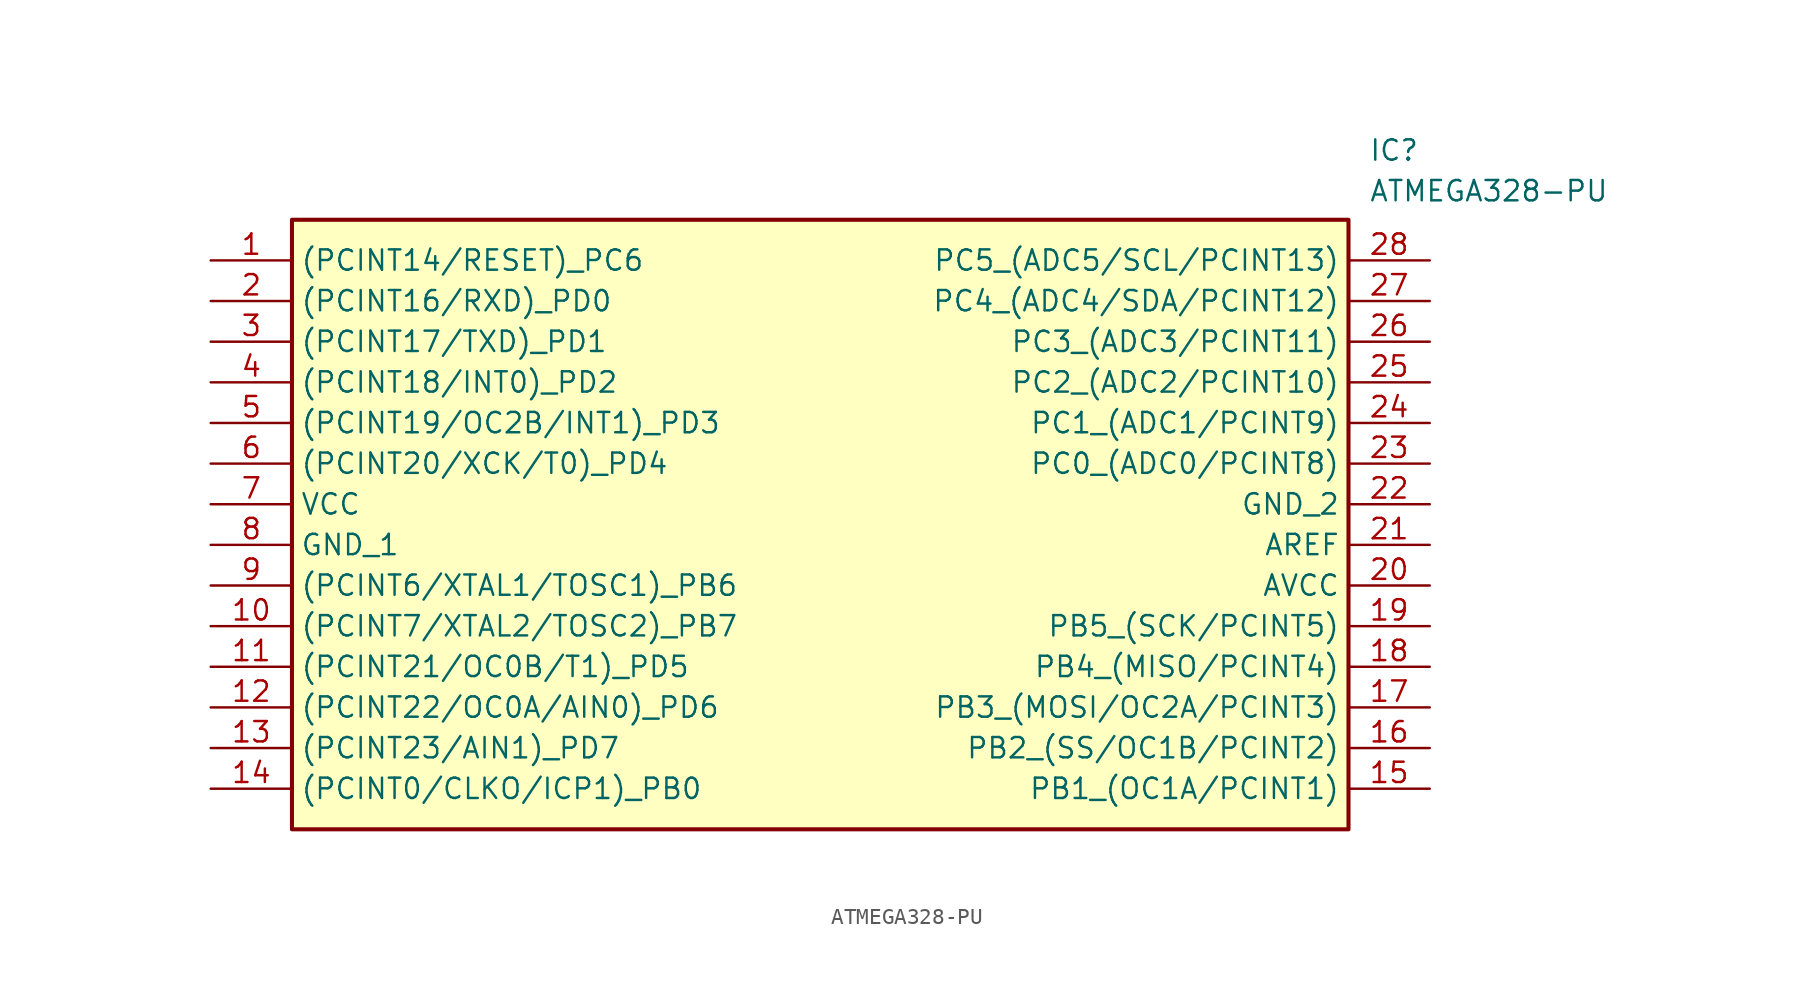
<source format=kicad_sym>
(kicad_symbol_lib
  (version 20211014)
  (generator SamacSys_ECAD_Model)
  (symbol "ATMEGA328-PU"
    (property "Reference" "IC"
      (at 72.39 7.62 0)
      (effects (font (size 1.27 1.27)) (justify left top)))
    (property "Value" "ATMEGA328-PU"
      (at 72.39 5.08 0)
      (effects (font (size 1.27 1.27)) (justify left top)))
    (rectangle
      (start 5.08 2.54)
      (end 71.12 -35.56)
      (stroke (width 0.254) (type default))
      (fill (type background)))
    (pin passive line
      (at 0 0 0)
      (length 5.08)
      (name "(PCINT14/RESET)_PC6" (effects (font (size 1.27 1.27))))
      (number "1" (effects (font (size 1.27 1.27)))))
    (pin input line
      (at 0 -2.54 0)
      (length 5.08)
      (name "(PCINT16/RXD)_PD0" (effects (font (size 1.27 1.27))))
      (number "2" (effects (font (size 1.27 1.27)))))
    (pin output line
      (at 0 -5.08 0)
      (length 5.08)
      (name "(PCINT17/TXD)_PD1" (effects (font (size 1.27 1.27))))
      (number "3" (effects (font (size 1.27 1.27)))))
    (pin passive line
      (at 0 -7.62 0)
      (length 5.08)
      (name "(PCINT18/INT0)_PD2" (effects (font (size 1.27 1.27))))
      (number "4" (effects (font (size 1.27 1.27)))))
    (pin passive line
      (at 0 -10.16 0)
      (length 5.08)
      (name "(PCINT19/OC2B/INT1)_PD3" (effects (font (size 1.27 1.27))))
      (number "5" (effects (font (size 1.27 1.27)))))
    (pin passive line
      (at 0 -12.7 0)
      (length 5.08)
      (name "(PCINT20/XCK/T0)_PD4" (effects (font (size 1.27 1.27))))
      (number "6" (effects (font (size 1.27 1.27)))))
    (pin power_in line
      (at 0 -15.24 0)
      (length 5.08)
      (name "VCC" (effects (font (size 1.27 1.27))))
      (number "7" (effects (font (size 1.27 1.27)))))
    (pin power_in line
      (at 0 -17.78 0)
      (length 5.08)
      (name "GND_1" (effects (font (size 1.27 1.27))))
      (number "8" (effects (font (size 1.27 1.27)))))
    (pin passive line
      (at 0 -20.32 0)
      (length 5.08)
      (name "(PCINT6/XTAL1/TOSC1)_PB6" (effects (font (size 1.27 1.27))))
      (number "9" (effects (font (size 1.27 1.27)))))
    (pin passive line
      (at 0 -22.86 0)
      (length 5.08)
      (name "(PCINT7/XTAL2/TOSC2)_PB7" (effects (font (size 1.27 1.27))))
      (number "10" (effects (font (size 1.27 1.27)))))
    (pin passive line
      (at 0 -25.4 0)
      (length 5.08)
      (name "(PCINT21/OC0B/T1)_PD5" (effects (font (size 1.27 1.27))))
      (number "11" (effects (font (size 1.27 1.27)))))
    (pin passive line
      (at 0 -27.94 0)
      (length 5.08)
      (name "(PCINT22/OC0A/AIN0)_PD6" (effects (font (size 1.27 1.27))))
      (number "12" (effects (font (size 1.27 1.27)))))
    (pin passive line
      (at 0 -30.48 0)
      (length 5.08)
      (name "(PCINT23/AIN1)_PD7" (effects (font (size 1.27 1.27))))
      (number "13" (effects (font (size 1.27 1.27)))))
    (pin passive line
      (at 0 -33.02 0)
      (length 5.08)
      (name "(PCINT0/CLKO/ICP1)_PB0" (effects (font (size 1.27 1.27))))
      (number "14" (effects (font (size 1.27 1.27)))))
    (pin passive line
      (at 76.2 0 180)
      (length 5.08)
      (name "PC5_(ADC5/SCL/PCINT13)" (effects (font (size 1.27 1.27))))
      (number "28" (effects (font (size 1.27 1.27)))))
    (pin passive line
      (at 76.2 -2.54 180)
      (length 5.08)
      (name "PC4_(ADC4/SDA/PCINT12)" (effects (font (size 1.27 1.27))))
      (number "27" (effects (font (size 1.27 1.27)))))
    (pin passive line
      (at 76.2 -5.08 180)
      (length 5.08)
      (name "PC3_(ADC3/PCINT11)" (effects (font (size 1.27 1.27))))
      (number "26" (effects (font (size 1.27 1.27)))))
    (pin passive line
      (at 76.2 -7.62 180)
      (length 5.08)
      (name "PC2_(ADC2/PCINT10)" (effects (font (size 1.27 1.27))))
      (number "25" (effects (font (size 1.27 1.27)))))
    (pin passive line
      (at 76.2 -10.16 180)
      (length 5.08)
      (name "PC1_(ADC1/PCINT9)" (effects (font (size 1.27 1.27))))
      (number "24" (effects (font (size 1.27 1.27)))))
    (pin passive line
      (at 76.2 -12.7 180)
      (length 5.08)
      (name "PC0_(ADC0/PCINT8)" (effects (font (size 1.27 1.27))))
      (number "23" (effects (font (size 1.27 1.27)))))
    (pin power_in line
      (at 76.2 -15.24 180)
      (length 5.08)
      (name "GND_2" (effects (font (size 1.27 1.27))))
      (number "22" (effects (font (size 1.27 1.27)))))
    (pin passive line
      (at 76.2 -17.78 180)
      (length 5.08)
      (name "AREF" (effects (font (size 1.27 1.27))))
      (number "21" (effects (font (size 1.27 1.27)))))
    (pin power_in line
      (at 76.2 -20.32 180)
      (length 5.08)
      (name "AVCC" (effects (font (size 1.27 1.27))))
      (number "20" (effects (font (size 1.27 1.27)))))
    (pin passive line
      (at 76.2 -22.86 180)
      (length 5.08)
      (name "PB5_(SCK/PCINT5)" (effects (font (size 1.27 1.27))))
      (number "19" (effects (font (size 1.27 1.27)))))
    (pin passive line
      (at 76.2 -25.4 180)
      (length 5.08)
      (name "PB4_(MISO/PCINT4)" (effects (font (size 1.27 1.27))))
      (number "18" (effects (font (size 1.27 1.27)))))
    (pin passive line
      (at 76.2 -27.94 180)
      (length 5.08)
      (name "PB3_(MOSI/OC2A/PCINT3)" (effects (font (size 1.27 1.27))))
      (number "17" (effects (font (size 1.27 1.27)))))
    (pin passive line
      (at 76.2 -30.48 180)
      (length 5.08)
      (name "PB2_(SS/OC1B/PCINT2)" (effects (font (size 1.27 1.27))))
      (number "16" (effects (font (size 1.27 1.27)))))
    (pin passive line
      (at 76.2 -33.02 180)
      (length 5.08)
      (name "PB1_(OC1A/PCINT1)" (effects (font (size 1.27 1.27))))
      (number "15" (effects (font (size 1.27 1.27)))))))
</source>
